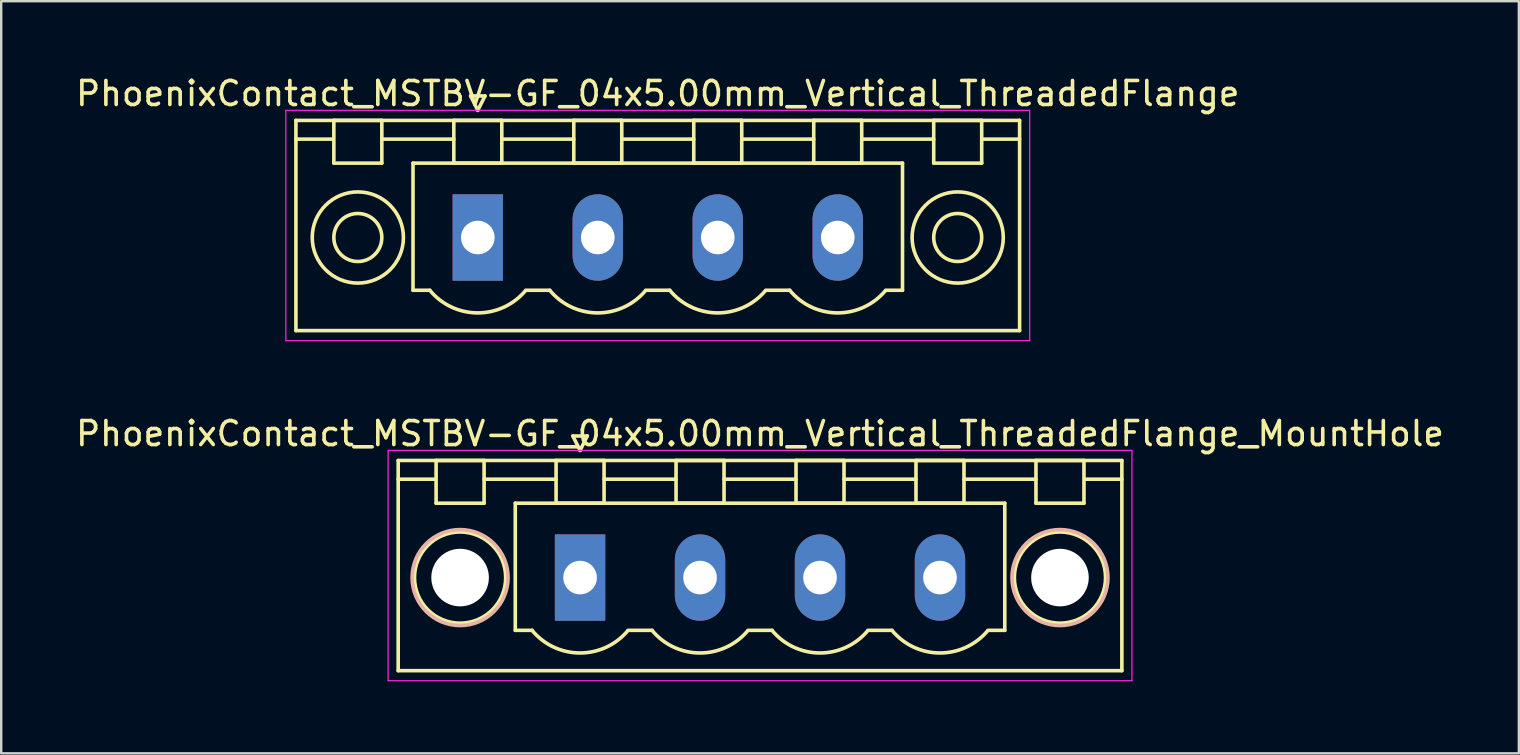
<source format=kicad_pcb>
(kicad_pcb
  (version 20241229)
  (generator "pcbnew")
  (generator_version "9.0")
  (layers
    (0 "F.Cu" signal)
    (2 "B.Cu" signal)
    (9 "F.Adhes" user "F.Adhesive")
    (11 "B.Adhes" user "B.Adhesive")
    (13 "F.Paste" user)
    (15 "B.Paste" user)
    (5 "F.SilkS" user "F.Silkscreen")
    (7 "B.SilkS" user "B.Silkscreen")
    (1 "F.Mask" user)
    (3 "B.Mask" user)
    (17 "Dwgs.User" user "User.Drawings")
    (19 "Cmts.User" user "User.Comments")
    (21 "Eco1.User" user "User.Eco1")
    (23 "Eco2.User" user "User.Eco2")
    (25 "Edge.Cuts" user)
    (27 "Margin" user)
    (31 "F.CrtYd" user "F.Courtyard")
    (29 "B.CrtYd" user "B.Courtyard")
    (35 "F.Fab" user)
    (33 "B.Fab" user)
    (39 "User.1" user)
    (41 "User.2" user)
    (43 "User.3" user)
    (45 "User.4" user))
  (footprint "PhoenixContact_MSTBV-GF_04x5.00mm_Vertical_ThreadedFlange"
    (layer "F.Cu")
    (at 16.863 6.848)
    (property "Reference" "PhoenixContact_MSTBV-GF_04x5.00mm_Vertical_ThreadedFlange" (at 7.5 -6 0) (layer "F.SilkS") (effects (font (size 1 1) (thickness 0.15))))
    (attr through_hole)
    (fp_line (start -7.58 -4.88) (end -7.58 3.88) (stroke (width 0.15) (type solid)) (layer "F.SilkS"))
    (fp_line (start -7.58 -4.1) (end -6.08 -4.1) (stroke (width 0.15) (type solid)) (layer "F.SilkS"))
    (fp_line (start -7.58 3.88) (end 22.58 3.88) (stroke (width 0.15) (type solid)) (layer "F.SilkS"))
    (fp_line (start -6 -4.88) (end -4 -4.88) (stroke (width 0.15) (type solid)) (layer "F.SilkS"))
    (fp_line (start -6 -3.1) (end -6 -4.88) (stroke (width 0.15) (type solid)) (layer "F.SilkS"))
    (fp_line (start -4 -4.88) (end -4 -3.1) (stroke (width 0.15) (type solid)) (layer "F.SilkS"))
    (fp_line (start -4 -4.1) (end -1 -4.1) (stroke (width 0.15) (type solid)) (layer "F.SilkS"))
    (fp_line (start -4 -3.1) (end -6 -3.1) (stroke (width 0.15) (type solid)) (layer "F.SilkS"))
    (fp_line (start -2.7 -3.1) (end 17.7 -3.1) (stroke (width 0.15) (type solid)) (layer "F.SilkS"))
    (fp_line (start -2.7 2.2) (end -2.7 -3.1) (stroke (width 0.15) (type solid)) (layer "F.SilkS"))
    (fp_line (start -2 2.2) (end -2.7 2.2) (stroke (width 0.15) (type solid)) (layer "F.SilkS"))
    (fp_line (start -1 -4.88) (end 1 -4.88) (stroke (width 0.15) (type solid)) (layer "F.SilkS"))
    (fp_line (start -1 -3.1) (end -1 -4.88) (stroke (width 0.15) (type solid)) (layer "F.SilkS"))
    (fp_line (start -0.3 -5.9) (end 0 -5.3) (stroke (width 0.15) (type solid)) (layer "F.SilkS"))
    (fp_line (start 0 -5.3) (end 0.3 -5.9) (stroke (width 0.15) (type solid)) (layer "F.SilkS"))
    (fp_line (start 0.3 -5.9) (end -0.3 -5.9) (stroke (width 0.15) (type solid)) (layer "F.SilkS"))
    (fp_line (start 1 -4.88) (end 1 -3.1) (stroke (width 0.15) (type solid)) (layer "F.SilkS"))
    (fp_line (start 1 -4.1) (end 4 -4.1) (stroke (width 0.15) (type solid)) (layer "F.SilkS"))
    (fp_line (start 1 -3.1) (end -1 -3.1) (stroke (width 0.15) (type solid)) (layer "F.SilkS"))
    (fp_line (start 2 2.2) (end 3 2.2) (stroke (width 0.15) (type solid)) (layer "F.SilkS"))
    (fp_line (start 4 -4.88) (end 6 -4.88) (stroke (width 0.15) (type solid)) (layer "F.SilkS"))
    (fp_line (start 4 -3.1) (end 4 -4.88) (stroke (width 0.15) (type solid)) (layer "F.SilkS"))
    (fp_line (start 6 -4.88) (end 6 -3.1) (stroke (width 0.15) (type solid)) (layer "F.SilkS"))
    (fp_line (start 6 -4.1) (end 9 -4.1) (stroke (width 0.15) (type solid)) (layer "F.SilkS"))
    (fp_line (start 6 -3.1) (end 4 -3.1) (stroke (width 0.15) (type solid)) (layer "F.SilkS"))
    (fp_line (start 7 2.2) (end 8 2.2) (stroke (width 0.15) (type solid)) (layer "F.SilkS"))
    (fp_line (start 9 -4.88) (end 11 -4.88) (stroke (width 0.15) (type solid)) (layer "F.SilkS"))
    (fp_line (start 9 -3.1) (end 9 -4.88) (stroke (width 0.15) (type solid)) (layer "F.SilkS"))
    (fp_line (start 11 -4.88) (end 11 -3.1) (stroke (width 0.15) (type solid)) (layer "F.SilkS"))
    (fp_line (start 11 -4.1) (end 14 -4.1) (stroke (width 0.15) (type solid)) (layer "F.SilkS"))
    (fp_line (start 11 -3.1) (end 9 -3.1) (stroke (width 0.15) (type solid)) (layer "F.SilkS"))
    (fp_line (start 12 2.2) (end 13 2.2) (stroke (width 0.15) (type solid)) (layer "F.SilkS"))
    (fp_line (start 14 -4.88) (end 16 -4.88) (stroke (width 0.15) (type solid)) (layer "F.SilkS"))
    (fp_line (start 14 -3.1) (end 14 -4.88) (stroke (width 0.15) (type solid)) (layer "F.SilkS"))
    (fp_line (start 16 -4.88) (end 16 -3.1) (stroke (width 0.15) (type solid)) (layer "F.SilkS"))
    (fp_line (start 16 -4.1) (end 19 -4.1) (stroke (width 0.15) (type solid)) (layer "F.SilkS"))
    (fp_line (start 16 -3.1) (end 14 -3.1) (stroke (width 0.15) (type solid)) (layer "F.SilkS"))
    (fp_line (start 17.7 -3.1) (end 17.7 2.2) (stroke (width 0.15) (type solid)) (layer "F.SilkS"))
    (fp_line (start 17.7 2.2) (end 17 2.2) (stroke (width 0.15) (type solid)) (layer "F.SilkS"))
    (fp_line (start 19 -4.88) (end 21 -4.88) (stroke (width 0.15) (type solid)) (layer "F.SilkS"))
    (fp_line (start 19 -3.1) (end 19 -4.88) (stroke (width 0.15) (type solid)) (layer "F.SilkS"))
    (fp_line (start 21 -4.88) (end 21 -3.1) (stroke (width 0.15) (type solid)) (layer "F.SilkS"))
    (fp_line (start 21 -3.1) (end 19 -3.1) (stroke (width 0.15) (type solid)) (layer "F.SilkS"))
    (fp_line (start 22.58 -4.88) (end -7.58 -4.88) (stroke (width 0.15) (type solid)) (layer "F.SilkS"))
    (fp_line (start 22.58 -4.1) (end 21.08 -4.1) (stroke (width 0.15) (type solid)) (layer "F.SilkS"))
    (fp_line (start 22.58 3.88) (end 22.58 -4.88) (stroke (width 0.15) (type solid)) (layer "F.SilkS"))
    (fp_arc (start 1.986842 2.215821) (mid -0.010289 3.142758) (end -2 2.2) (stroke (width 0.15) (type solid)) (layer "F.SilkS"))
    (fp_arc (start 6.986842 2.215821) (mid 4.989711 3.142758) (end 3 2.2) (stroke (width 0.15) (type solid)) (layer "F.SilkS"))
    (fp_arc (start 11.986842 2.215821) (mid 9.989711 3.142758) (end 8 2.2) (stroke (width 0.15) (type solid)) (layer "F.SilkS"))
    (fp_arc (start 16.986842 2.215821) (mid 14.989711 3.142758) (end 13 2.2) (stroke (width 0.15) (type solid)) (layer "F.SilkS"))
    (fp_circle (center -5 0) (end -4 0) (stroke (width 0.15) (type solid)) (fill no) (layer "F.SilkS"))
    (fp_circle (center -5 0) (end -3.1 0) (stroke (width 0.15) (type solid)) (fill no) (layer "F.SilkS"))
    (fp_circle (center 20 0) (end 21 0) (stroke (width 0.15) (type solid)) (fill no) (layer "F.SilkS"))
    (fp_circle (center 20 0) (end 21.9 0) (stroke (width 0.15) (type solid)) (fill no) (layer "F.SilkS"))
    (fp_line (start -8 -5.3) (end -8 4.3) (stroke (width 0.05) (type solid)) (layer "F.CrtYd"))
    (fp_line (start -8 4.3) (end 23 4.3) (stroke (width 0.05) (type solid)) (layer "F.CrtYd"))
    (fp_line (start 23 -5.3) (end -8 -5.3) (stroke (width 0.05) (type solid)) (layer "F.CrtYd"))
    (fp_line (start 23 4.3) (end 23 -5.3) (stroke (width 0.05) (type solid)) (layer "F.CrtYd"))
    (pad "1" thru_hole rect (at 0 0) (size 2.1 3.6) (drill 1.4) (layers "*.Cu" "*.Mask"))
    (pad "2" thru_hole oval (at 5 0) (size 2.1 3.6) (drill 1.4) (layers "*.Cu" "*.Mask"))
    (pad "3" thru_hole oval (at 10 0) (size 2.1 3.6) (drill 1.4) (layers "*.Cu" "*.Mask"))
    (pad "4" thru_hole oval (at 15 0) (size 2.1 3.6) (drill 1.4) (layers "*.Cu" "*.Mask")))
  (footprint "PhoenixContact_MSTBV-GF_04x5.00mm_Vertical_ThreadedFlange_MountHole"
    (layer "F.Cu")
    (at 21.125 21.021)
    (property "Reference" "PhoenixContact_MSTBV-GF_04x5.00mm_Vertical_ThreadedFlange_MountHole" (at 7.5 -6 0) (layer "F.SilkS") (effects (font (size 1 1) (thickness 0.15))))
    (attr through_hole)
    (fp_line (start -7.58 -4.88) (end -7.58 3.88) (stroke (width 0.15) (type solid)) (layer "F.SilkS"))
    (fp_line (start -7.58 -4.1) (end -6.08 -4.1) (stroke (width 0.15) (type solid)) (layer "F.SilkS"))
    (fp_line (start -7.58 3.88) (end 22.58 3.88) (stroke (width 0.15) (type solid)) (layer "F.SilkS"))
    (fp_line (start -6 -4.88) (end -4 -4.88) (stroke (width 0.15) (type solid)) (layer "F.SilkS"))
    (fp_line (start -6 -3.1) (end -6 -4.88) (stroke (width 0.15) (type solid)) (layer "F.SilkS"))
    (fp_line (start -4 -4.88) (end -4 -3.1) (stroke (width 0.15) (type solid)) (layer "F.SilkS"))
    (fp_line (start -4 -4.1) (end -1 -4.1) (stroke (width 0.15) (type solid)) (layer "F.SilkS"))
    (fp_line (start -4 -3.1) (end -6 -3.1) (stroke (width 0.15) (type solid)) (layer "F.SilkS"))
    (fp_line (start -2.7 -3.1) (end 17.7 -3.1) (stroke (width 0.15) (type solid)) (layer "F.SilkS"))
    (fp_line (start -2.7 2.2) (end -2.7 -3.1) (stroke (width 0.15) (type solid)) (layer "F.SilkS"))
    (fp_line (start -2 2.2) (end -2.7 2.2) (stroke (width 0.15) (type solid)) (layer "F.SilkS"))
    (fp_line (start -1 -4.88) (end 1 -4.88) (stroke (width 0.15) (type solid)) (layer "F.SilkS"))
    (fp_line (start -1 -3.1) (end -1 -4.88) (stroke (width 0.15) (type solid)) (layer "F.SilkS"))
    (fp_line (start -0.3 -5.9) (end 0 -5.3) (stroke (width 0.15) (type solid)) (layer "F.SilkS"))
    (fp_line (start 0 -5.3) (end 0.3 -5.9) (stroke (width 0.15) (type solid)) (layer "F.SilkS"))
    (fp_line (start 0.3 -5.9) (end -0.3 -5.9) (stroke (width 0.15) (type solid)) (layer "F.SilkS"))
    (fp_line (start 1 -4.88) (end 1 -3.1) (stroke (width 0.15) (type solid)) (layer "F.SilkS"))
    (fp_line (start 1 -4.1) (end 4 -4.1) (stroke (width 0.15) (type solid)) (layer "F.SilkS"))
    (fp_line (start 1 -3.1) (end -1 -3.1) (stroke (width 0.15) (type solid)) (layer "F.SilkS"))
    (fp_line (start 2 2.2) (end 3 2.2) (stroke (width 0.15) (type solid)) (layer "F.SilkS"))
    (fp_line (start 4 -4.88) (end 6 -4.88) (stroke (width 0.15) (type solid)) (layer "F.SilkS"))
    (fp_line (start 4 -3.1) (end 4 -4.88) (stroke (width 0.15) (type solid)) (layer "F.SilkS"))
    (fp_line (start 6 -4.88) (end 6 -3.1) (stroke (width 0.15) (type solid)) (layer "F.SilkS"))
    (fp_line (start 6 -4.1) (end 9 -4.1) (stroke (width 0.15) (type solid)) (layer "F.SilkS"))
    (fp_line (start 6 -3.1) (end 4 -3.1) (stroke (width 0.15) (type solid)) (layer "F.SilkS"))
    (fp_line (start 7 2.2) (end 8 2.2) (stroke (width 0.15) (type solid)) (layer "F.SilkS"))
    (fp_line (start 9 -4.88) (end 11 -4.88) (stroke (width 0.15) (type solid)) (layer "F.SilkS"))
    (fp_line (start 9 -3.1) (end 9 -4.88) (stroke (width 0.15) (type solid)) (layer "F.SilkS"))
    (fp_line (start 11 -4.88) (end 11 -3.1) (stroke (width 0.15) (type solid)) (layer "F.SilkS"))
    (fp_line (start 11 -4.1) (end 14 -4.1) (stroke (width 0.15) (type solid)) (layer "F.SilkS"))
    (fp_line (start 11 -3.1) (end 9 -3.1) (stroke (width 0.15) (type solid)) (layer "F.SilkS"))
    (fp_line (start 12 2.2) (end 13 2.2) (stroke (width 0.15) (type solid)) (layer "F.SilkS"))
    (fp_line (start 14 -4.88) (end 16 -4.88) (stroke (width 0.15) (type solid)) (layer "F.SilkS"))
    (fp_line (start 14 -3.1) (end 14 -4.88) (stroke (width 0.15) (type solid)) (layer "F.SilkS"))
    (fp_line (start 16 -4.88) (end 16 -3.1) (stroke (width 0.15) (type solid)) (layer "F.SilkS"))
    (fp_line (start 16 -4.1) (end 19 -4.1) (stroke (width 0.15) (type solid)) (layer "F.SilkS"))
    (fp_line (start 16 -3.1) (end 14 -3.1) (stroke (width 0.15) (type solid)) (layer "F.SilkS"))
    (fp_line (start 17.7 -3.1) (end 17.7 2.2) (stroke (width 0.15) (type solid)) (layer "F.SilkS"))
    (fp_line (start 17.7 2.2) (end 17 2.2) (stroke (width 0.15) (type solid)) (layer "F.SilkS"))
    (fp_line (start 19 -4.88) (end 21 -4.88) (stroke (width 0.15) (type solid)) (layer "F.SilkS"))
    (fp_line (start 19 -3.1) (end 19 -4.88) (stroke (width 0.15) (type solid)) (layer "F.SilkS"))
    (fp_line (start 21 -4.88) (end 21 -3.1) (stroke (width 0.15) (type solid)) (layer "F.SilkS"))
    (fp_line (start 21 -3.1) (end 19 -3.1) (stroke (width 0.15) (type solid)) (layer "F.SilkS"))
    (fp_line (start 22.58 -4.88) (end -7.58 -4.88) (stroke (width 0.15) (type solid)) (layer "F.SilkS"))
    (fp_line (start 22.58 -4.1) (end 21.08 -4.1) (stroke (width 0.15) (type solid)) (layer "F.SilkS"))
    (fp_line (start 22.58 3.88) (end 22.58 -4.88) (stroke (width 0.15) (type solid)) (layer "F.SilkS"))
    (fp_arc (start 1.986842 2.215821) (mid -0.010289 3.142758) (end -2 2.2) (stroke (width 0.15) (type solid)) (layer "F.SilkS"))
    (fp_arc (start 6.986842 2.215821) (mid 4.989711 3.142758) (end 3 2.2) (stroke (width 0.15) (type solid)) (layer "F.SilkS"))
    (fp_arc (start 11.986842 2.215821) (mid 9.989711 3.142758) (end 8 2.2) (stroke (width 0.15) (type solid)) (layer "F.SilkS"))
    (fp_arc (start 16.986842 2.215821) (mid 14.989711 3.142758) (end 13 2.2) (stroke (width 0.15) (type solid)) (layer "F.SilkS"))
    (fp_circle (center -5 0) (end -3.1 0) (stroke (width 0.15) (type solid)) (fill no) (layer "F.SilkS"))
    (fp_circle (center 20 0) (end 21.9 0) (stroke (width 0.15) (type solid)) (fill no) (layer "F.SilkS"))
    (fp_circle (center -5 0) (end -3 0) (stroke (width 0.15) (type solid)) (fill no) (layer "B.SilkS"))
    (fp_circle (center 20 0) (end 22 0) (stroke (width 0.15) (type solid)) (fill no) (layer "B.SilkS"))
    (fp_line (start -8 -5.3) (end -8 4.3) (stroke (width 0.05) (type solid)) (layer "F.CrtYd"))
    (fp_line (start -8 4.3) (end 23 4.3) (stroke (width 0.05) (type solid)) (layer "F.CrtYd"))
    (fp_line (start 23 -5.3) (end -8 -5.3) (stroke (width 0.05) (type solid)) (layer "F.CrtYd"))
    (fp_line (start 23 4.3) (end 23 -5.3) (stroke (width 0.05) (type solid)) (layer "F.CrtYd"))
    (pad "" np_thru_hole circle (at -5 0) (size 2.4 2.4) (drill 2.4) (layers "*.Cu" "*.Mask"))
    (pad "" np_thru_hole circle (at 20 0) (size 2.4 2.4) (drill 2.4) (layers "*.Cu" "*.Mask"))
    (pad "1" thru_hole rect (at 0 0) (size 2.1 3.6) (drill 1.4) (layers "*.Cu" "*.Mask"))
    (pad "2" thru_hole oval (at 5 0) (size 2.1 3.6) (drill 1.4) (layers "*.Cu" "*.Mask"))
    (pad "3" thru_hole oval (at 10 0) (size 2.1 3.6) (drill 1.4) (layers "*.Cu" "*.Mask"))
    (pad "4" thru_hole oval (at 15 0) (size 2.1 3.6) (drill 1.4) (layers "*.Cu" "*.Mask")))
  (gr_rect
    (start -3 -3)
    (end 60.25 28.346)
    (stroke (width 0.1) (type default))
    (fill no)
    (layer "Edge.Cuts")))
</source>
